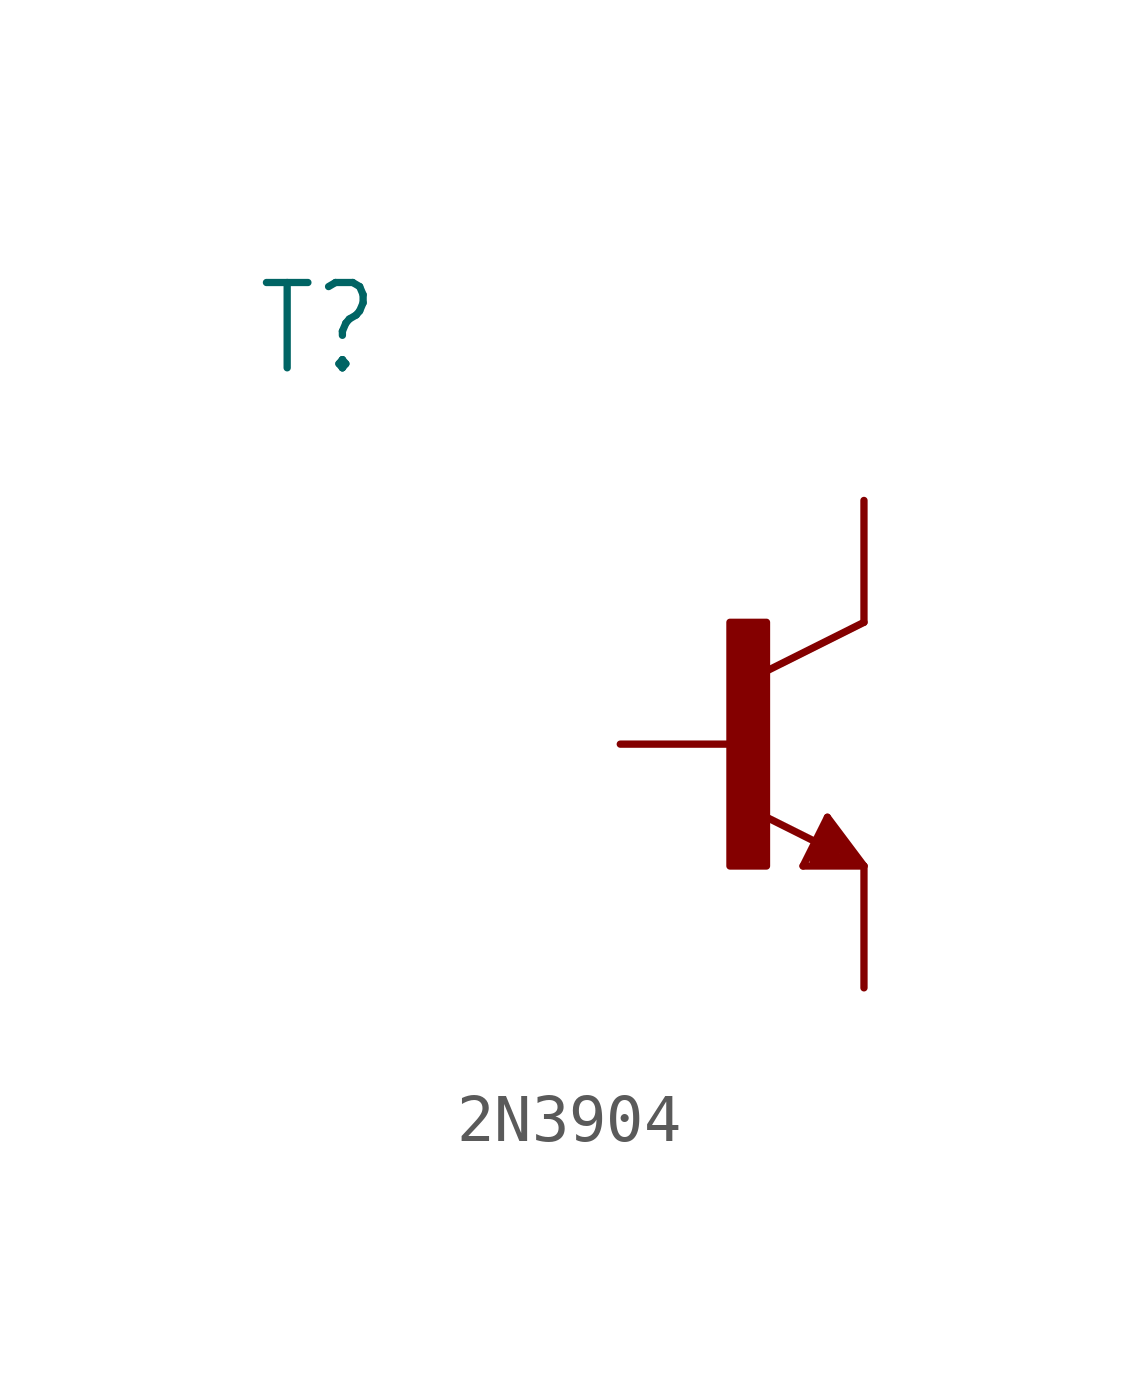
<source format=kicad_sym>
(kicad_symbol_lib
  (version 20241209)
  (generator "kicad_symbol_editor")
  (generator_version "9.0")
  (symbol "2N3904"
    (property "Reference" "T"
      (at -10.16 7.62 0)
      (effects (font (size 1.778 1.511)) (justify left bottom)))
    (property "Value" ""
      (at -10.16 5.08 0)
      (effects (font (size 1.778 1.511)) (justify left bottom)))
    (property "ki_locked" ""
      (at 0 0 0)
      (effects (font (size 1.27 1.27))))
    (symbol "2N3904_1_0"
      (rectangle (start -0.254 -2.54) (end 0.508 2.54) (stroke (width 0) (type default)) (fill (type outline)))
      (polyline (pts (xy 1.27 -2.54) (xy 1.778 -1.524)) (stroke (width 0.152) (type solid)) (fill (type none)))
      (polyline (pts (xy 1.524 -2.286) (xy 1.905 -2.286)) (stroke (width 0.254) (type solid)) (fill (type none)))
      (polyline (pts (xy 1.524 -2.413) (xy 2.286 -2.413)) (stroke (width 0.254) (type solid)) (fill (type none)))
      (polyline (pts (xy 1.54 -2.04) (xy 0.308 -1.424)) (stroke (width 0.152) (type solid)) (fill (type none)))
      (polyline (pts (xy 1.778 -1.524) (xy 2.54 -2.54)) (stroke (width 0.152) (type solid)) (fill (type none)))
      (polyline (pts (xy 1.778 -1.778) (xy 1.524 -2.286)) (stroke (width 0.254) (type solid)) (fill (type none)))
      (polyline (pts (xy 1.905 -2.286) (xy 1.778 -2.032)) (stroke (width 0.254) (type solid)) (fill (type none)))
      (polyline (pts (xy 2.286 -2.413) (xy 1.778 -1.778)) (stroke (width 0.254) (type solid)) (fill (type none)))
      (polyline (pts (xy 2.54 2.54) (xy 0.508 1.524)) (stroke (width 0.152) (type solid)) (fill (type none)))
      (polyline (pts (xy 2.54 -2.54) (xy 1.27 -2.54)) (stroke (width 0.152) (type solid)) (fill (type none)))
      (pin passive line (at -2.54 0 0) (length 2.54) (name "B" (effects (font (size 0 0)))) (number "2" (effects (font (size 0 0)))))
      (pin passive line (at 2.54 5.08 270) (length 2.54) (name "C" (effects (font (size 0 0)))) (number "1" (effects (font (size 0 0)))))
      (pin passive line (at 2.54 -5.08 90) (length 2.54) (name "E" (effects (font (size 0 0)))) (number "3" (effects (font (size 0 0))))))))
</source>
